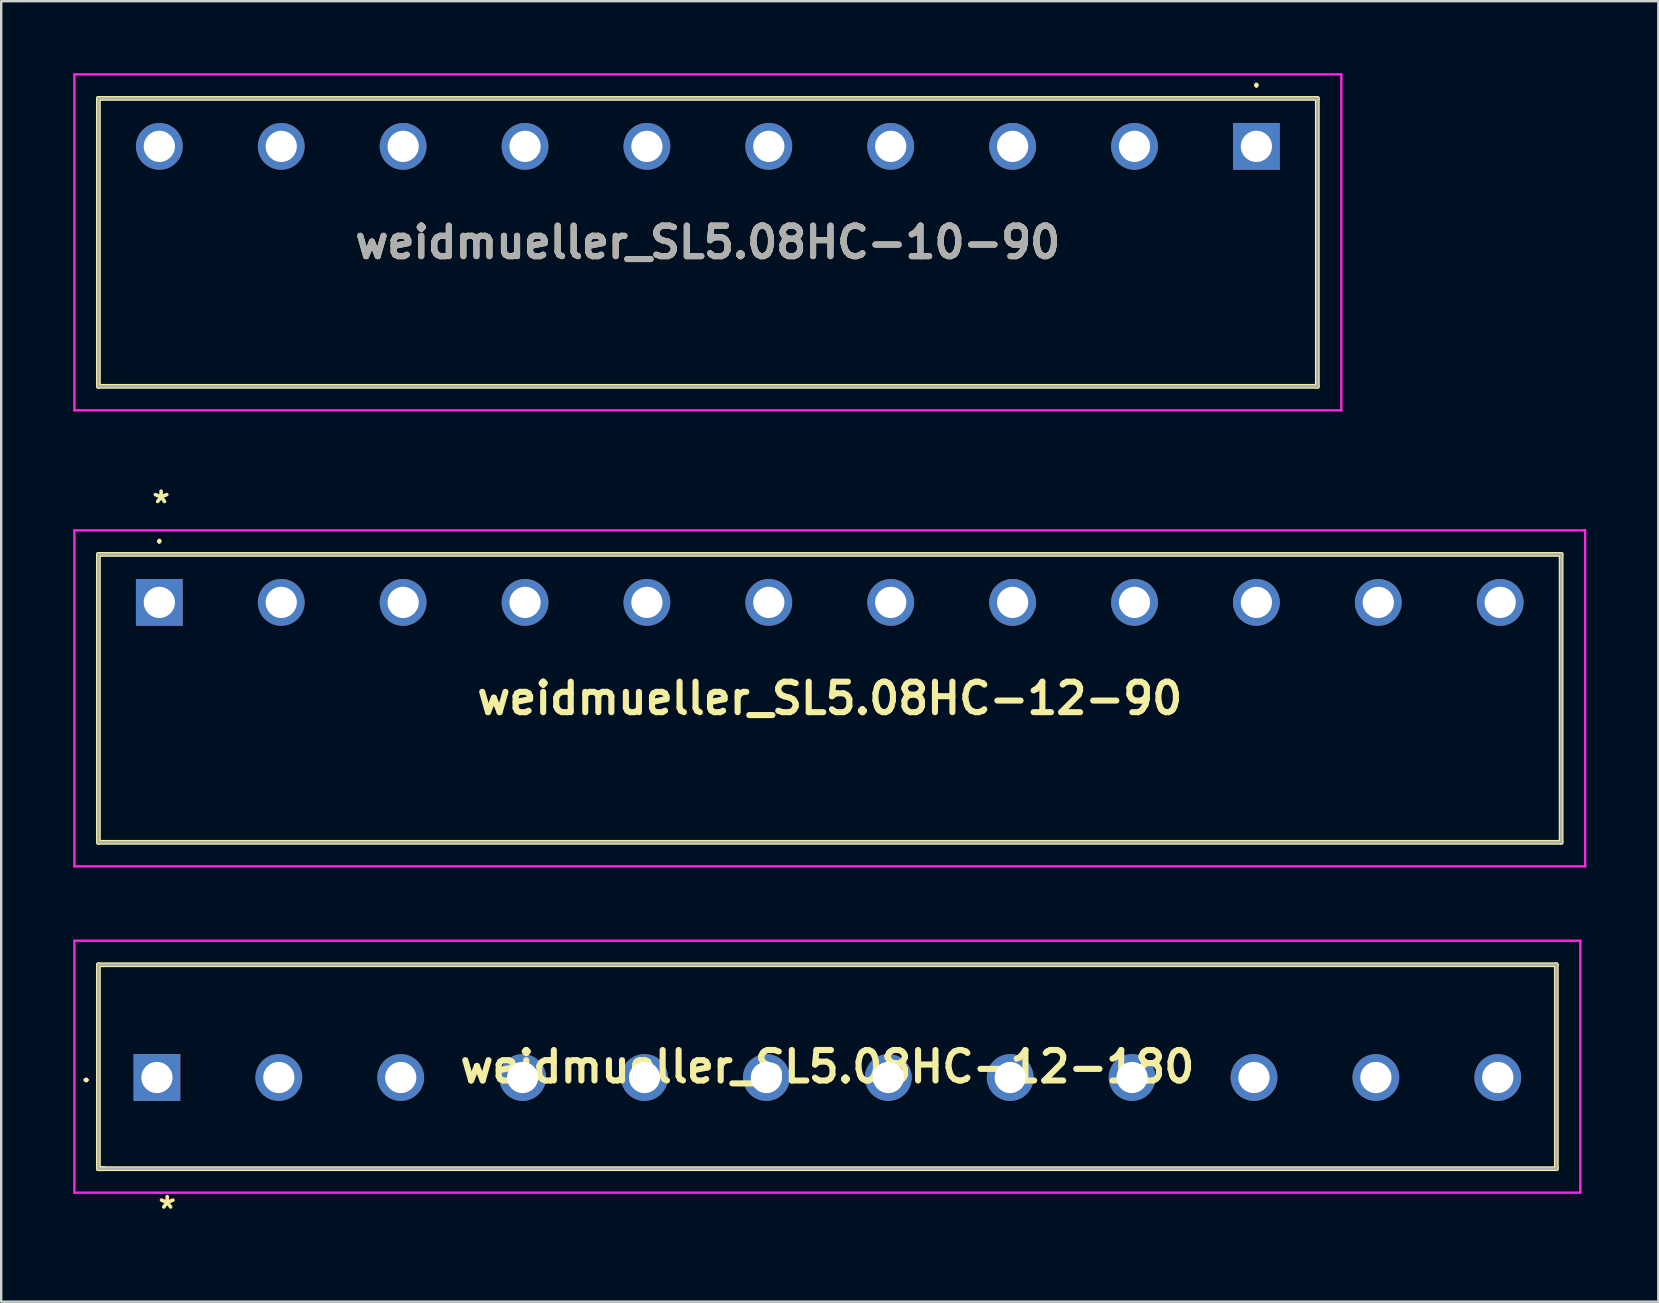
<source format=kicad_pcb>
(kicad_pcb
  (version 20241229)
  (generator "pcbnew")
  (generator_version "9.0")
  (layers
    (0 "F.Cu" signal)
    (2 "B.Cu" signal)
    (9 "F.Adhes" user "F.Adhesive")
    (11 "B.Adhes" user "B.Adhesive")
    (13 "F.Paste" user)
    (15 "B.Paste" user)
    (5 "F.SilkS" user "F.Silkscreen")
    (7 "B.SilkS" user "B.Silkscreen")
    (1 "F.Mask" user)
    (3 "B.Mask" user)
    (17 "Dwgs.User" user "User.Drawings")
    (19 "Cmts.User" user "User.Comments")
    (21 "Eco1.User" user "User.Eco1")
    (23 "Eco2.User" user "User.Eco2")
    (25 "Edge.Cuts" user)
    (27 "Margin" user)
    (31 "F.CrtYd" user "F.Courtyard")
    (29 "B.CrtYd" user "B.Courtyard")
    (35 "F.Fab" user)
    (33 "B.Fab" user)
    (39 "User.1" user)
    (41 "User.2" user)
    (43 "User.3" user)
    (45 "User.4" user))
  (footprint "weidmueller_SL5.08HC-12-180"
    (layer "F.Cu")
    (at 3.49 41.855)
    (property "Reference" "weidmueller_SL5.08HC-12-180" (at 27.94 -0.45 0) (layer "F.SilkS") (effects (font (size 1.27 1.27) (thickness 0.254))))
    (attr through_hole)
    (fp_line (start -3 0.1) (end -3 0.1) (stroke (width 0.1) (type solid)) (layer "F.SilkS"))
    (fp_line (start -3 0.1) (end -3 0.1) (stroke (width 0.1) (type solid)) (layer "F.SilkS"))
    (fp_line (start -2.9 0.1) (end -2.9 0.1) (stroke (width 0.1) (type solid)) (layer "F.SilkS"))
    (fp_line (start -2.44 -4.7) (end 58.32 -4.7) (stroke (width 0.2) (type solid)) (layer "F.SilkS"))
    (fp_line (start -2.44 3.8) (end -2.44 -4.7) (stroke (width 0.2) (type solid)) (layer "F.SilkS"))
    (fp_line (start -2.44 3.8) (end -2.2 3.8) (stroke (width 0.2) (type solid)) (layer "F.SilkS"))
    (fp_line (start 58.32 -4.7) (end 58.32 3.8) (stroke (width 0.2) (type solid)) (layer "F.SilkS"))
    (fp_line (start 58.32 3.8) (end -2.44 3.8) (stroke (width 0.2) (type solid)) (layer "F.SilkS"))
    (fp_arc (start -3 0.1) (mid -2.95 0.05) (end -2.9 0.1) (stroke (width 0.1) (type solid)) (layer "F.SilkS"))
    (fp_arc (start -2.9 0.1) (mid -2.95 0.15) (end -3 0.1) (stroke (width 0.1) (type solid)) (layer "F.SilkS"))
    (fp_arc (start -2.9 0.1) (mid -2.95 0.15) (end -3 0.1) (stroke (width 0.1) (type solid)) (layer "F.SilkS"))
    (fp_line (start -3.44 -5.7) (end 59.32 -5.7) (stroke (width 0.1) (type solid)) (layer "F.CrtYd"))
    (fp_line (start -3.44 4.8) (end -3.44 -5.7) (stroke (width 0.1) (type solid)) (layer "F.CrtYd"))
    (fp_line (start 59.32 -5.7) (end 59.32 4.8) (stroke (width 0.1) (type solid)) (layer "F.CrtYd"))
    (fp_line (start 59.32 4.8) (end -3.44 4.8) (stroke (width 0.1) (type solid)) (layer "F.CrtYd"))
    (fp_line (start -2.44 -4.7) (end -2.44 3.8) (stroke (width 0.1) (type solid)) (layer "F.Fab"))
    (fp_line (start -2.44 3.8) (end 58.32 3.8) (stroke (width 0.1) (type solid)) (layer "F.Fab"))
    (fp_line (start 58.32 -4.7) (end -2.44 -4.7) (stroke (width 0.1) (type solid)) (layer "F.Fab"))
    (fp_line (start 58.32 3.8) (end 58.32 -4.7) (stroke (width 0.1) (type solid)) (layer "F.Fab"))
    (fp_text user "*" (at -0.051 6.096 0) (unlocked yes) (layer "F.SilkS") (effects (font (size 1 1) (thickness 0.15)) (justify left bottom)))
    (pad "1" thru_hole rect (at 0 0) (size 1.95 1.95) (drill 1.3) (layers "*.Cu" "*.Mask"))
    (pad "2" thru_hole circle (at 5.08 0) (size 1.95 1.95) (drill 1.3) (layers "*.Cu" "*.Mask"))
    (pad "3" thru_hole circle (at 10.16 0) (size 1.95 1.95) (drill 1.3) (layers "*.Cu" "*.Mask"))
    (pad "4" thru_hole circle (at 15.24 0) (size 1.95 1.95) (drill 1.3) (layers "*.Cu" "*.Mask"))
    (pad "5" thru_hole circle (at 20.32 0) (size 1.95 1.95) (drill 1.3) (layers "*.Cu" "*.Mask"))
    (pad "6" thru_hole circle (at 25.4 0) (size 1.95 1.95) (drill 1.3) (layers "*.Cu" "*.Mask"))
    (pad "7" thru_hole circle (at 30.48 0) (size 1.95 1.95) (drill 1.3) (layers "*.Cu" "*.Mask"))
    (pad "8" thru_hole circle (at 35.56 0) (size 1.95 1.95) (drill 1.3) (layers "*.Cu" "*.Mask"))
    (pad "9" thru_hole circle (at 40.64 0) (size 1.95 1.95) (drill 1.3) (layers "*.Cu" "*.Mask"))
    (pad "10" thru_hole circle (at 45.72 0) (size 1.95 1.95) (drill 1.3) (layers "*.Cu" "*.Mask"))
    (pad "11" thru_hole circle (at 50.8 0) (size 1.95 1.95) (drill 1.3) (layers "*.Cu" "*.Mask"))
    (pad "12" thru_hole circle (at 55.88 0) (size 1.95 1.95) (drill 1.3) (layers "*.Cu" "*.Mask")))
  (footprint "weidmueller_SL5.08HC-12-90"
    (layer "F.Cu")
    (at 3.59 22.055)
    (property "Reference" "weidmueller_SL5.08HC-12-90" (at 27.94 4 0) (layer "F.SilkS") (effects (font (size 1.27 1.27) (thickness 0.254))))
    (attr through_hole)
    (fp_line (start -2.54 -2) (end -2.54 10) (stroke (width 0.2) (type solid)) (layer "F.SilkS"))
    (fp_line (start -2.54 10) (end 58.42 10) (stroke (width 0.2) (type solid)) (layer "F.SilkS"))
    (fp_line (start 0 -2.6) (end 0 -2.6) (stroke (width 0.1) (type solid)) (layer "F.SilkS"))
    (fp_line (start 0 -2.5) (end 0 -2.5) (stroke (width 0.1) (type solid)) (layer "F.SilkS"))
    (fp_line (start 58.42 -2) (end -2.54 -2) (stroke (width 0.2) (type solid)) (layer "F.SilkS"))
    (fp_line (start 58.42 10) (end 58.42 -2) (stroke (width 0.2) (type solid)) (layer "F.SilkS"))
    (fp_arc (start 0 -2.6) (mid 0.05 -2.55) (end 0 -2.5) (stroke (width 0.1) (type solid)) (layer "F.SilkS"))
    (fp_arc (start 0 -2.5) (mid -0.05 -2.55) (end 0 -2.6) (stroke (width 0.1) (type solid)) (layer "F.SilkS"))
    (fp_line (start -3.54 -3) (end 59.42 -3) (stroke (width 0.1) (type solid)) (layer "F.CrtYd"))
    (fp_line (start -3.54 11) (end -3.54 -3) (stroke (width 0.1) (type solid)) (layer "F.CrtYd"))
    (fp_line (start 59.42 -3) (end 59.42 11) (stroke (width 0.1) (type solid)) (layer "F.CrtYd"))
    (fp_line (start 59.42 11) (end -3.54 11) (stroke (width 0.1) (type solid)) (layer "F.CrtYd"))
    (fp_line (start -2.54 -2) (end -2.54 10) (stroke (width 0.1) (type solid)) (layer "F.Fab"))
    (fp_line (start -2.54 10) (end 58.42 10) (stroke (width 0.1) (type solid)) (layer "F.Fab"))
    (fp_line (start 58.42 -2) (end -2.54 -2) (stroke (width 0.1) (type solid)) (layer "F.Fab"))
    (fp_line (start 58.42 10) (end 58.42 -2) (stroke (width 0.1) (type solid)) (layer "F.Fab"))
    (fp_text user "*" (at -0.406 -3.505 0) (unlocked yes) (layer "F.SilkS") (effects (font (size 1 1) (thickness 0.15)) (justify left bottom)))
    (pad "1" thru_hole rect (at 0 0) (size 1.95 1.95) (drill 1.3) (layers "*.Cu" "*.Mask"))
    (pad "2" thru_hole circle (at 5.08 0) (size 1.95 1.95) (drill 1.3) (layers "*.Cu" "*.Mask"))
    (pad "3" thru_hole circle (at 10.16 0) (size 1.95 1.95) (drill 1.3) (layers "*.Cu" "*.Mask"))
    (pad "4" thru_hole circle (at 15.24 0) (size 1.95 1.95) (drill 1.3) (layers "*.Cu" "*.Mask"))
    (pad "5" thru_hole circle (at 20.32 0) (size 1.95 1.95) (drill 1.3) (layers "*.Cu" "*.Mask"))
    (pad "6" thru_hole circle (at 25.4 0) (size 1.95 1.95) (drill 1.3) (layers "*.Cu" "*.Mask"))
    (pad "7" thru_hole circle (at 30.48 0) (size 1.95 1.95) (drill 1.3) (layers "*.Cu" "*.Mask"))
    (pad "8" thru_hole circle (at 35.56 0) (size 1.95 1.95) (drill 1.3) (layers "*.Cu" "*.Mask"))
    (pad "9" thru_hole circle (at 40.64 0) (size 1.95 1.95) (drill 1.3) (layers "*.Cu" "*.Mask"))
    (pad "10" thru_hole circle (at 45.72 0) (size 1.95 1.95) (drill 1.3) (layers "*.Cu" "*.Mask"))
    (pad "11" thru_hole circle (at 50.8 0) (size 1.95 1.95) (drill 1.3) (layers "*.Cu" "*.Mask"))
    (pad "12" thru_hole circle (at 55.88 0) (size 1.95 1.95) (drill 1.3) (layers "*.Cu" "*.Mask")))
  (footprint "weidmueller_SL5.08HC-10-90"
    (layer "F.Cu")
    (at 49.31 3.05)
    (property "Reference" "weidmueller_SL5.08HC-10-90" (at -22.86 4 0) (layer "F.SilkS") (effects (font (size 1.27 1.27) (thickness 0.254))))
    (attr through_hole exclude_from_bom)
    (fp_line (start -48.26 -2) (end -48.26 10) (stroke (width 0.2) (type solid)) (layer "F.SilkS"))
    (fp_line (start -48.26 10) (end 2.54 10) (stroke (width 0.2) (type solid)) (layer "F.SilkS"))
    (fp_line (start 0 -2.6) (end 0 -2.6) (stroke (width 0.1) (type solid)) (layer "F.SilkS"))
    (fp_line (start 0 -2.5) (end 0 -2.5) (stroke (width 0.1) (type solid)) (layer "F.SilkS"))
    (fp_line (start 2.54 -2) (end -48.26 -2) (stroke (width 0.2) (type solid)) (layer "F.SilkS"))
    (fp_line (start 2.54 10) (end 2.54 -2) (stroke (width 0.2) (type solid)) (layer "F.SilkS"))
    (fp_arc (start 0 -2.6) (mid 0.05 -2.55) (end 0 -2.5) (stroke (width 0.1) (type solid)) (layer "F.SilkS"))
    (fp_arc (start 0 -2.5) (mid -0.05 -2.55) (end 0 -2.6) (stroke (width 0.1) (type solid)) (layer "F.SilkS"))
    (fp_line (start -49.26 -3) (end -49.26 11) (stroke (width 0.1) (type solid)) (layer "F.CrtYd"))
    (fp_line (start -49.26 11) (end 3.54 11) (stroke (width 0.1) (type solid)) (layer "F.CrtYd"))
    (fp_line (start 3.54 -3) (end -49.26 -3) (stroke (width 0.1) (type solid)) (layer "F.CrtYd"))
    (fp_line (start 3.54 11) (end 3.54 -3) (stroke (width 0.1) (type solid)) (layer "F.CrtYd"))
    (fp_line (start -48.26 -2) (end -48.26 10) (stroke (width 0.1) (type solid)) (layer "F.Fab"))
    (fp_line (start -48.26 10) (end 2.54 10) (stroke (width 0.1) (type solid)) (layer "F.Fab"))
    (fp_line (start 2.54 -2) (end -48.26 -2) (stroke (width 0.1) (type solid)) (layer "F.Fab"))
    (fp_line (start 2.54 10) (end 2.54 -2) (stroke (width 0.1) (type solid)) (layer "F.Fab"))
    (fp_text user "${REFERENCE}" (at -22.86 4 0) (layer "F.Fab") (effects (font (size 1.27 1.27) (thickness 0.254))))
    (pad "1" thru_hole rect (at 0 0) (size 1.95 1.95) (drill 1.3) (layers "*.Cu" "*.Mask"))
    (pad "2" thru_hole circle (at -5.08 0) (size 1.95 1.95) (drill 1.3) (layers "*.Cu" "*.Mask"))
    (pad "3" thru_hole circle (at -10.16 0) (size 1.95 1.95) (drill 1.3) (layers "*.Cu" "*.Mask"))
    (pad "4" thru_hole circle (at -15.24 0) (size 1.95 1.95) (drill 1.3) (layers "*.Cu" "*.Mask"))
    (pad "5" thru_hole circle (at -20.32 0) (size 1.95 1.95) (drill 1.3) (layers "*.Cu" "*.Mask"))
    (pad "6" thru_hole circle (at -25.4 0) (size 1.95 1.95) (drill 1.3) (layers "*.Cu" "*.Mask"))
    (pad "7" thru_hole circle (at -30.48 0) (size 1.95 1.95) (drill 1.3) (layers "*.Cu" "*.Mask"))
    (pad "8" thru_hole circle (at -35.56 0) (size 1.95 1.95) (drill 1.3) (layers "*.Cu" "*.Mask"))
    (pad "9" thru_hole circle (at -40.64 0) (size 1.95 1.95) (drill 1.3) (layers "*.Cu" "*.Mask"))
    (pad "10" thru_hole circle (at -45.72 0) (size 1.95 1.95) (drill 1.3) (layers "*.Cu" "*.Mask")))
  (gr_rect
    (start -3 -3)
    (end 66.06 51.198)
    (stroke (width 0.1) (type default))
    (fill no)
    (layer "Edge.Cuts")))
</source>
